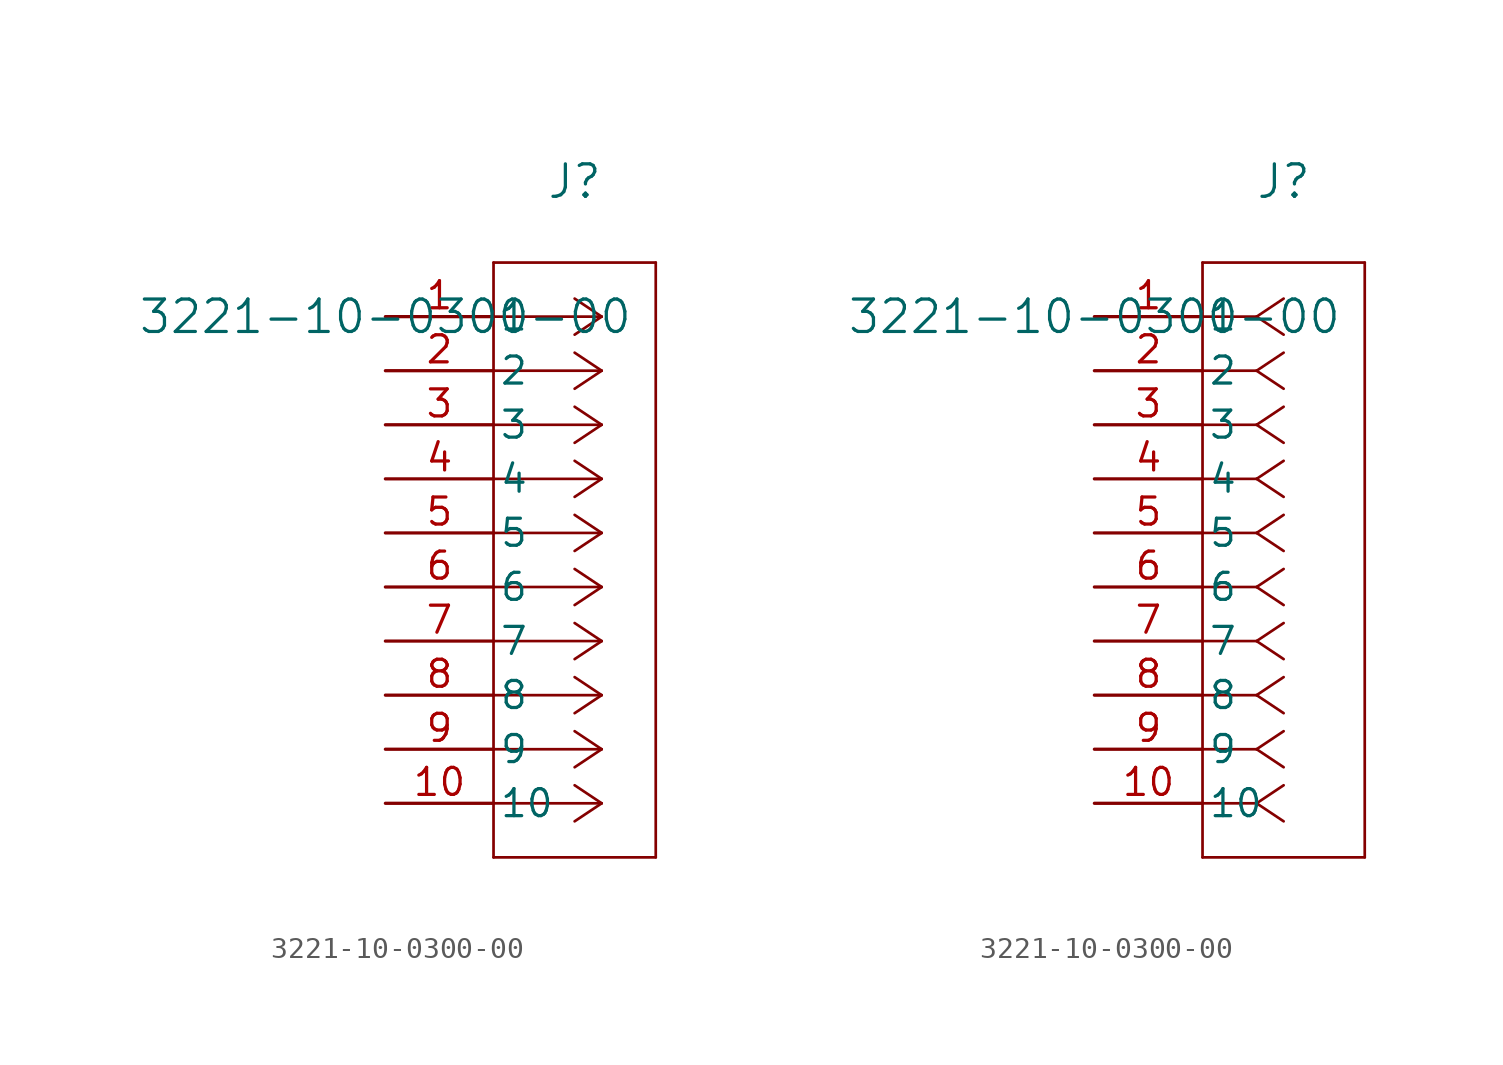
<source format=kicad_sym>
(kicad_symbol_lib
  (version 20211014)
  (generator kicad_symbol_editor)
  (symbol "3221-10-0300-00"
    (pin_names
      (offset 0.254))
    (property "Reference" "J"
      (at 8.89 6.35 0)
      (effects (font (size 1.524 1.524))))
    (property "Value" "3221-10-0300-00"
      (at 0 0 0)
      (effects (font (size 1.524 1.524))))
    (symbol "3221-10-0300-00_1_1"
      (polyline (pts (xy 10.16 0) (xy 5.08 0)) (stroke (width 0.127) (type default) (color 0 0 0 0)) (fill (type none)))
      (polyline (pts (xy 10.16 -2.54) (xy 5.08 -2.54)) (stroke (width 0.127) (type default) (color 0 0 0 0)) (fill (type none)))
      (polyline (pts (xy 10.16 -5.08) (xy 5.08 -5.08)) (stroke (width 0.127) (type default) (color 0 0 0 0)) (fill (type none)))
      (polyline (pts (xy 10.16 -7.62) (xy 5.08 -7.62)) (stroke (width 0.127) (type default) (color 0 0 0 0)) (fill (type none)))
      (polyline (pts (xy 10.16 -10.16) (xy 5.08 -10.16)) (stroke (width 0.127) (type default) (color 0 0 0 0)) (fill (type none)))
      (polyline (pts (xy 10.16 -12.7) (xy 5.08 -12.7)) (stroke (width 0.127) (type default) (color 0 0 0 0)) (fill (type none)))
      (polyline (pts (xy 10.16 -15.24) (xy 5.08 -15.24)) (stroke (width 0.127) (type default) (color 0 0 0 0)) (fill (type none)))
      (polyline (pts (xy 10.16 -17.78) (xy 5.08 -17.78)) (stroke (width 0.127) (type default) (color 0 0 0 0)) (fill (type none)))
      (polyline (pts (xy 10.16 -20.32) (xy 5.08 -20.32)) (stroke (width 0.127) (type default) (color 0 0 0 0)) (fill (type none)))
      (polyline (pts (xy 10.16 -22.86) (xy 5.08 -22.86)) (stroke (width 0.127) (type default) (color 0 0 0 0)) (fill (type none)))
      (polyline (pts (xy 10.16 0) (xy 8.89 0.847)) (stroke (width 0.127) (type default) (color 0 0 0 0)) (fill (type none)))
      (polyline (pts (xy 10.16 -2.54) (xy 8.89 -1.693)) (stroke (width 0.127) (type default) (color 0 0 0 0)) (fill (type none)))
      (polyline (pts (xy 10.16 -5.08) (xy 8.89 -4.233)) (stroke (width 0.127) (type default) (color 0 0 0 0)) (fill (type none)))
      (polyline (pts (xy 10.16 -7.62) (xy 8.89 -6.773)) (stroke (width 0.127) (type default) (color 0 0 0 0)) (fill (type none)))
      (polyline (pts (xy 10.16 -10.16) (xy 8.89 -9.313)) (stroke (width 0.127) (type default) (color 0 0 0 0)) (fill (type none)))
      (polyline (pts (xy 10.16 -12.7) (xy 8.89 -11.853)) (stroke (width 0.127) (type default) (color 0 0 0 0)) (fill (type none)))
      (polyline (pts (xy 10.16 -15.24) (xy 8.89 -14.393)) (stroke (width 0.127) (type default) (color 0 0 0 0)) (fill (type none)))
      (polyline (pts (xy 10.16 -17.78) (xy 8.89 -16.933)) (stroke (width 0.127) (type default) (color 0 0 0 0)) (fill (type none)))
      (polyline (pts (xy 10.16 -20.32) (xy 8.89 -19.473)) (stroke (width 0.127) (type default) (color 0 0 0 0)) (fill (type none)))
      (polyline (pts (xy 10.16 -22.86) (xy 8.89 -22.013)) (stroke (width 0.127) (type default) (color 0 0 0 0)) (fill (type none)))
      (polyline (pts (xy 10.16 0) (xy 8.89 -0.847)) (stroke (width 0.127) (type default) (color 0 0 0 0)) (fill (type none)))
      (polyline (pts (xy 10.16 -2.54) (xy 8.89 -3.387)) (stroke (width 0.127) (type default) (color 0 0 0 0)) (fill (type none)))
      (polyline (pts (xy 10.16 -5.08) (xy 8.89 -5.927)) (stroke (width 0.127) (type default) (color 0 0 0 0)) (fill (type none)))
      (polyline (pts (xy 10.16 -7.62) (xy 8.89 -8.467)) (stroke (width 0.127) (type default) (color 0 0 0 0)) (fill (type none)))
      (polyline (pts (xy 10.16 -10.16) (xy 8.89 -11.007)) (stroke (width 0.127) (type default) (color 0 0 0 0)) (fill (type none)))
      (polyline (pts (xy 10.16 -12.7) (xy 8.89 -13.547)) (stroke (width 0.127) (type default) (color 0 0 0 0)) (fill (type none)))
      (polyline (pts (xy 10.16 -15.24) (xy 8.89 -16.087)) (stroke (width 0.127) (type default) (color 0 0 0 0)) (fill (type none)))
      (polyline (pts (xy 10.16 -17.78) (xy 8.89 -18.627)) (stroke (width 0.127) (type default) (color 0 0 0 0)) (fill (type none)))
      (polyline (pts (xy 10.16 -20.32) (xy 8.89 -21.167)) (stroke (width 0.127) (type default) (color 0 0 0 0)) (fill (type none)))
      (polyline (pts (xy 10.16 -22.86) (xy 8.89 -23.707)) (stroke (width 0.127) (type default) (color 0 0 0 0)) (fill (type none)))
      (polyline (pts (xy 5.08 2.54) (xy 5.08 -25.4)) (stroke (width 0.127) (type default) (color 0 0 0 0)) (fill (type none)))
      (polyline (pts (xy 5.08 -25.4) (xy 12.7 -25.4)) (stroke (width 0.127) (type default) (color 0 0 0 0)) (fill (type none)))
      (polyline (pts (xy 12.7 -25.4) (xy 12.7 2.54)) (stroke (width 0.127) (type default) (color 0 0 0 0)) (fill (type none)))
      (polyline (pts (xy 12.7 2.54) (xy 5.08 2.54)) (stroke (width 0.127) (type default) (color 0 0 0 0)) (fill (type none)))
      (pin unspecified line (at 0 0 0) (length 5.08) (name "1" (effects (font (size 1.27 1.27)))) (number "1" (effects (font (size 1.27 1.27)))))
      (pin unspecified line (at 0 -2.54 0) (length 5.08) (name "2" (effects (font (size 1.27 1.27)))) (number "2" (effects (font (size 1.27 1.27)))))
      (pin unspecified line (at 0 -5.08 0) (length 5.08) (name "3" (effects (font (size 1.27 1.27)))) (number "3" (effects (font (size 1.27 1.27)))))
      (pin unspecified line (at 0 -7.62 0) (length 5.08) (name "4" (effects (font (size 1.27 1.27)))) (number "4" (effects (font (size 1.27 1.27)))))
      (pin unspecified line (at 0 -10.16 0) (length 5.08) (name "5" (effects (font (size 1.27 1.27)))) (number "5" (effects (font (size 1.27 1.27)))))
      (pin unspecified line (at 0 -12.7 0) (length 5.08) (name "6" (effects (font (size 1.27 1.27)))) (number "6" (effects (font (size 1.27 1.27)))))
      (pin unspecified line (at 0 -15.24 0) (length 5.08) (name "7" (effects (font (size 1.27 1.27)))) (number "7" (effects (font (size 1.27 1.27)))))
      (pin unspecified line (at 0 -17.78 0) (length 5.08) (name "8" (effects (font (size 1.27 1.27)))) (number "8" (effects (font (size 1.27 1.27)))))
      (pin unspecified line (at 0 -20.32 0) (length 5.08) (name "9" (effects (font (size 1.27 1.27)))) (number "9" (effects (font (size 1.27 1.27)))))
      (pin unspecified line (at 0 -22.86 0) (length 5.08) (name "10" (effects (font (size 1.27 1.27)))) (number "10" (effects (font (size 1.27 1.27))))))
    (symbol "3221-10-0300-00_1_2"
      (polyline (pts (xy 7.62 0) (xy 5.08 0)) (stroke (width 0.127) (type default) (color 0 0 0 0)) (fill (type none)))
      (polyline (pts (xy 7.62 -2.54) (xy 5.08 -2.54)) (stroke (width 0.127) (type default) (color 0 0 0 0)) (fill (type none)))
      (polyline (pts (xy 7.62 -5.08) (xy 5.08 -5.08)) (stroke (width 0.127) (type default) (color 0 0 0 0)) (fill (type none)))
      (polyline (pts (xy 7.62 -7.62) (xy 5.08 -7.62)) (stroke (width 0.127) (type default) (color 0 0 0 0)) (fill (type none)))
      (polyline (pts (xy 7.62 -10.16) (xy 5.08 -10.16)) (stroke (width 0.127) (type default) (color 0 0 0 0)) (fill (type none)))
      (polyline (pts (xy 7.62 -12.7) (xy 5.08 -12.7)) (stroke (width 0.127) (type default) (color 0 0 0 0)) (fill (type none)))
      (polyline (pts (xy 7.62 -15.24) (xy 5.08 -15.24)) (stroke (width 0.127) (type default) (color 0 0 0 0)) (fill (type none)))
      (polyline (pts (xy 7.62 -17.78) (xy 5.08 -17.78)) (stroke (width 0.127) (type default) (color 0 0 0 0)) (fill (type none)))
      (polyline (pts (xy 7.62 -20.32) (xy 5.08 -20.32)) (stroke (width 0.127) (type default) (color 0 0 0 0)) (fill (type none)))
      (polyline (pts (xy 7.62 -22.86) (xy 5.08 -22.86)) (stroke (width 0.127) (type default) (color 0 0 0 0)) (fill (type none)))
      (polyline (pts (xy 7.62 0) (xy 8.89 0.847)) (stroke (width 0.127) (type default) (color 0 0 0 0)) (fill (type none)))
      (polyline (pts (xy 7.62 -2.54) (xy 8.89 -1.693)) (stroke (width 0.127) (type default) (color 0 0 0 0)) (fill (type none)))
      (polyline (pts (xy 7.62 -5.08) (xy 8.89 -4.233)) (stroke (width 0.127) (type default) (color 0 0 0 0)) (fill (type none)))
      (polyline (pts (xy 7.62 -7.62) (xy 8.89 -6.773)) (stroke (width 0.127) (type default) (color 0 0 0 0)) (fill (type none)))
      (polyline (pts (xy 7.62 -10.16) (xy 8.89 -9.313)) (stroke (width 0.127) (type default) (color 0 0 0 0)) (fill (type none)))
      (polyline (pts (xy 7.62 -12.7) (xy 8.89 -11.853)) (stroke (width 0.127) (type default) (color 0 0 0 0)) (fill (type none)))
      (polyline (pts (xy 7.62 -15.24) (xy 8.89 -14.393)) (stroke (width 0.127) (type default) (color 0 0 0 0)) (fill (type none)))
      (polyline (pts (xy 7.62 -17.78) (xy 8.89 -16.933)) (stroke (width 0.127) (type default) (color 0 0 0 0)) (fill (type none)))
      (polyline (pts (xy 7.62 -20.32) (xy 8.89 -19.473)) (stroke (width 0.127) (type default) (color 0 0 0 0)) (fill (type none)))
      (polyline (pts (xy 7.62 -22.86) (xy 8.89 -22.013)) (stroke (width 0.127) (type default) (color 0 0 0 0)) (fill (type none)))
      (polyline (pts (xy 7.62 0) (xy 8.89 -0.847)) (stroke (width 0.127) (type default) (color 0 0 0 0)) (fill (type none)))
      (polyline (pts (xy 7.62 -2.54) (xy 8.89 -3.387)) (stroke (width 0.127) (type default) (color 0 0 0 0)) (fill (type none)))
      (polyline (pts (xy 7.62 -5.08) (xy 8.89 -5.927)) (stroke (width 0.127) (type default) (color 0 0 0 0)) (fill (type none)))
      (polyline (pts (xy 7.62 -7.62) (xy 8.89 -8.467)) (stroke (width 0.127) (type default) (color 0 0 0 0)) (fill (type none)))
      (polyline (pts (xy 7.62 -10.16) (xy 8.89 -11.007)) (stroke (width 0.127) (type default) (color 0 0 0 0)) (fill (type none)))
      (polyline (pts (xy 7.62 -12.7) (xy 8.89 -13.547)) (stroke (width 0.127) (type default) (color 0 0 0 0)) (fill (type none)))
      (polyline (pts (xy 7.62 -15.24) (xy 8.89 -16.087)) (stroke (width 0.127) (type default) (color 0 0 0 0)) (fill (type none)))
      (polyline (pts (xy 7.62 -17.78) (xy 8.89 -18.627)) (stroke (width 0.127) (type default) (color 0 0 0 0)) (fill (type none)))
      (polyline (pts (xy 7.62 -20.32) (xy 8.89 -21.167)) (stroke (width 0.127) (type default) (color 0 0 0 0)) (fill (type none)))
      (polyline (pts (xy 7.62 -22.86) (xy 8.89 -23.707)) (stroke (width 0.127) (type default) (color 0 0 0 0)) (fill (type none)))
      (polyline (pts (xy 5.08 2.54) (xy 5.08 -25.4)) (stroke (width 0.127) (type default) (color 0 0 0 0)) (fill (type none)))
      (polyline (pts (xy 5.08 -25.4) (xy 12.7 -25.4)) (stroke (width 0.127) (type default) (color 0 0 0 0)) (fill (type none)))
      (polyline (pts (xy 12.7 -25.4) (xy 12.7 2.54)) (stroke (width 0.127) (type default) (color 0 0 0 0)) (fill (type none)))
      (polyline (pts (xy 12.7 2.54) (xy 5.08 2.54)) (stroke (width 0.127) (type default) (color 0 0 0 0)) (fill (type none)))
      (pin unspecified line (at 0 0 0) (length 5.08) (name "1" (effects (font (size 1.27 1.27)))) (number "1" (effects (font (size 1.27 1.27)))))
      (pin unspecified line (at 0 -2.54 0) (length 5.08) (name "2" (effects (font (size 1.27 1.27)))) (number "2" (effects (font (size 1.27 1.27)))))
      (pin unspecified line (at 0 -5.08 0) (length 5.08) (name "3" (effects (font (size 1.27 1.27)))) (number "3" (effects (font (size 1.27 1.27)))))
      (pin unspecified line (at 0 -7.62 0) (length 5.08) (name "4" (effects (font (size 1.27 1.27)))) (number "4" (effects (font (size 1.27 1.27)))))
      (pin unspecified line (at 0 -10.16 0) (length 5.08) (name "5" (effects (font (size 1.27 1.27)))) (number "5" (effects (font (size 1.27 1.27)))))
      (pin unspecified line (at 0 -12.7 0) (length 5.08) (name "6" (effects (font (size 1.27 1.27)))) (number "6" (effects (font (size 1.27 1.27)))))
      (pin unspecified line (at 0 -15.24 0) (length 5.08) (name "7" (effects (font (size 1.27 1.27)))) (number "7" (effects (font (size 1.27 1.27)))))
      (pin unspecified line (at 0 -17.78 0) (length 5.08) (name "8" (effects (font (size 1.27 1.27)))) (number "8" (effects (font (size 1.27 1.27)))))
      (pin unspecified line (at 0 -20.32 0) (length 5.08) (name "9" (effects (font (size 1.27 1.27)))) (number "9" (effects (font (size 1.27 1.27)))))
      (pin unspecified line (at 0 -22.86 0) (length 5.08) (name "10" (effects (font (size 1.27 1.27)))) (number "10" (effects (font (size 1.27 1.27))))))))
</source>
